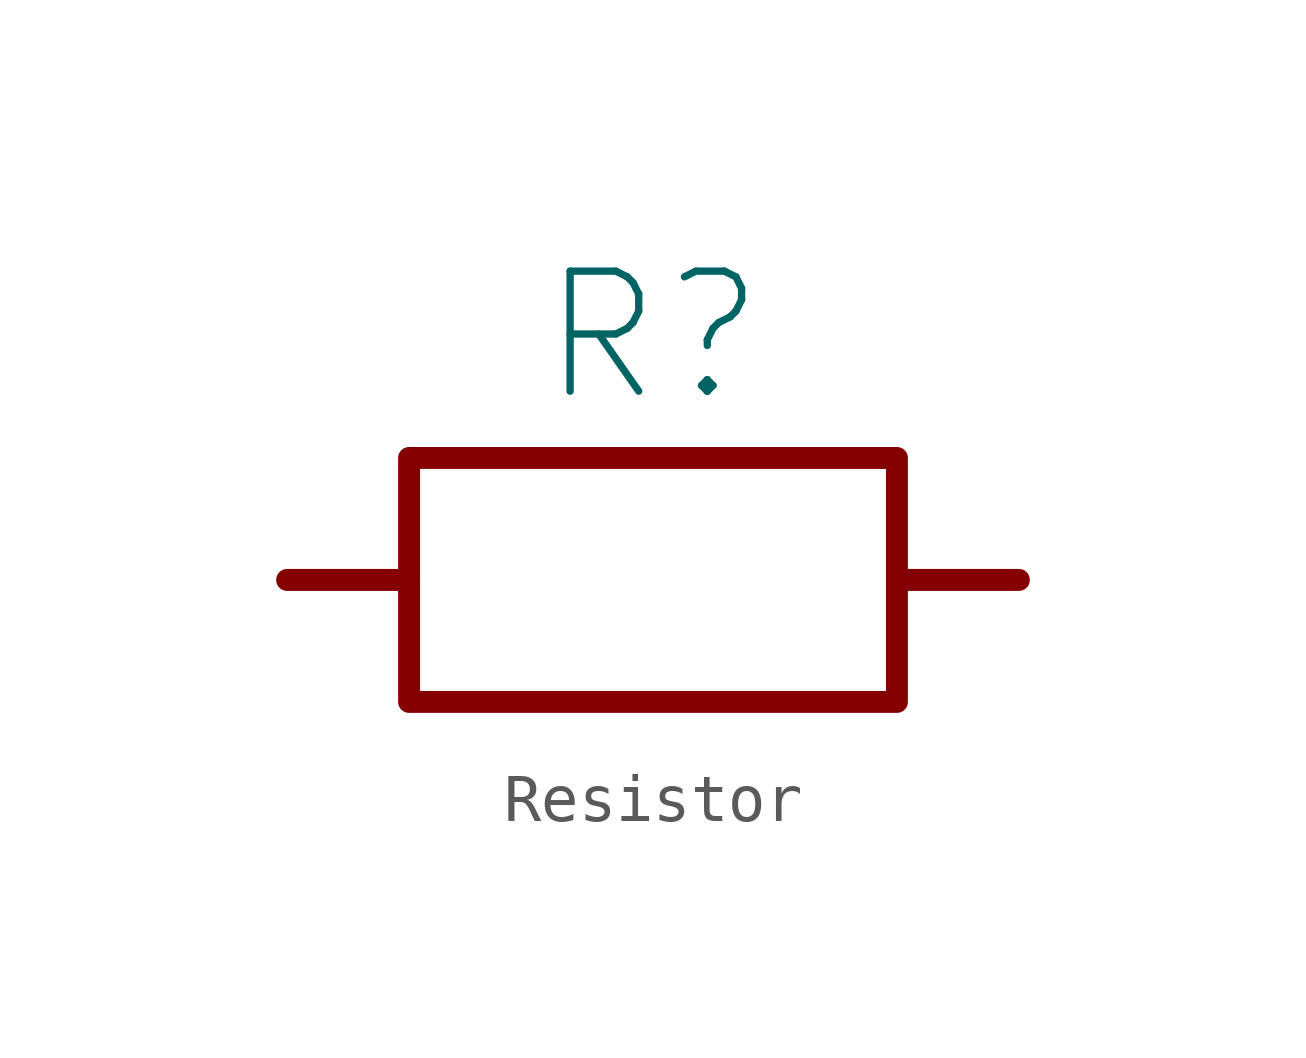
<source format=kicad_sym>
(kicad_symbol_lib
  (version 20241209)
  (generator "kicad_symbol_editor")
  (generator_version "9.0")
  (symbol "Resistor"
    (property "Reference" "R"
      (at 0 5.08 0)
      (effects (font (size 2.5 2.5))))
    (property "Value" ""
      (at 0 0 0)
      (effects (font (size 1.27 1.27))))
    (symbol "Resistor_0_1"
      (rectangle (start -5.08 2.54) (end 5.08 -2.54) (stroke (width 0.457) (type default)) (fill (type none)))
      (polyline (pts (xy -5.08 0) (xy -7.62 0)) (stroke (width 0.457) (type default)) (fill (type none)))
      (polyline (pts (xy 5.08 0) (xy 7.62 0)) (stroke (width 0.457) (type default)) (fill (type none))))
    (symbol "Resistor_1_1"
      (pin passive line (at -7.62 0 0) (length 0) (hide yes) (name "~" (effects (font (size 1.27 1.27)))) (number "1" (effects (font (size 3.505 3.505)))))
      (pin passive line (at 7.62 0 180) (length 0) (hide yes) (name "~" (effects (font (size 1.27 1.27)))) (number "2" (effects (font (size 3.505 3.505))))))))
</source>
